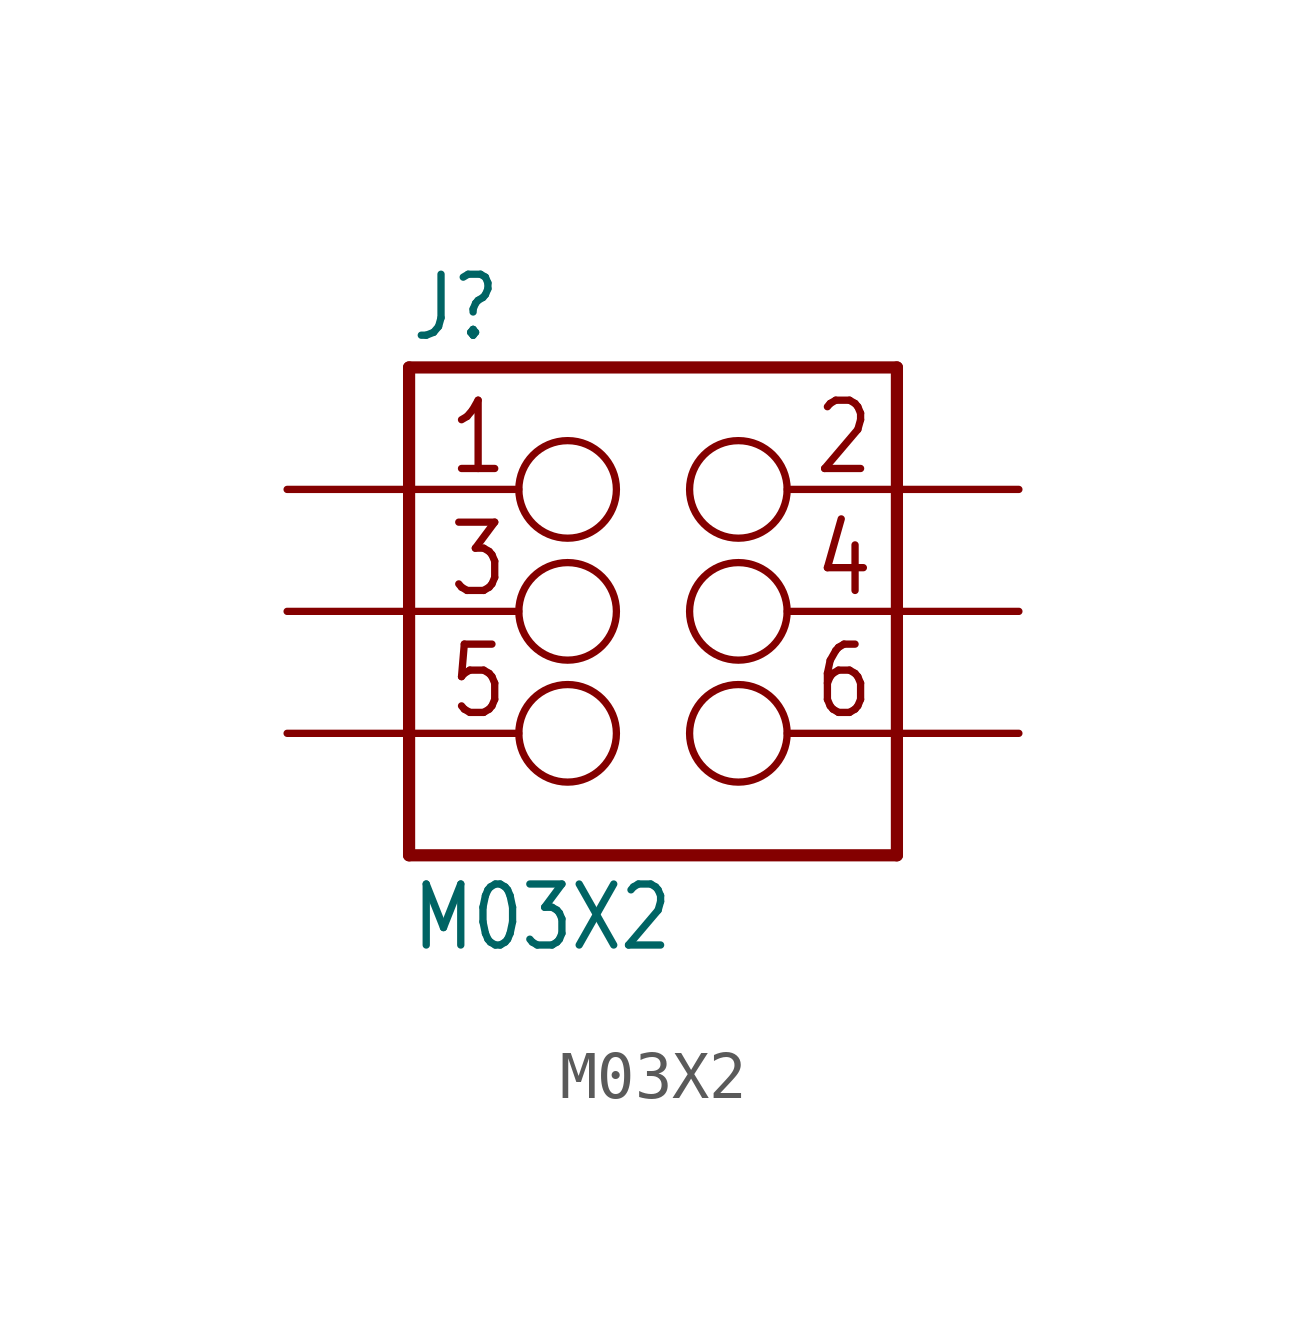
<source format=kicad_sym>
(kicad_symbol_lib
  (version 20220914)
  (generator kicad_symbol_editor)
  (symbol "M03X2"
    (property "Reference" "J"
      (at -5.08 5.588 0)
      (effects (font (size 1.27 1.079)) (justify left bottom)))
    (property "Value" "M03X2"
      (at -5.08 -7.112 0)
      (effects (font (size 1.27 1.079)) (justify left bottom)))
    (property "ki_locked" ""
      (at 0 0 0)
      (effects (font (size 1.27 1.27))))
    (symbol "M03X2_1_0"
      (circle (center -1.778 -2.54) (radius 1.016) (stroke (width 0.152) (type default)) (fill (type none)))
      (circle (center -1.778 0) (radius 1.016) (stroke (width 0.152) (type default)) (fill (type none)))
      (circle (center -1.778 2.54) (radius 1.016) (stroke (width 0.152) (type default)) (fill (type none)))
      (polyline (pts (xy -5.08 -5.08) (xy -5.08 -2.54)) (stroke (width 0.254) (type default)) (fill (type none)))
      (polyline (pts (xy -5.08 -2.54) (xy -5.08 0)) (stroke (width 0.254) (type default)) (fill (type none)))
      (polyline (pts (xy -5.08 -2.54) (xy -2.794 -2.54)) (stroke (width 0.152) (type default)) (fill (type none)))
      (polyline (pts (xy -5.08 0) (xy -5.08 2.54)) (stroke (width 0.254) (type default)) (fill (type none)))
      (polyline (pts (xy -5.08 0) (xy -2.794 0)) (stroke (width 0.152) (type default)) (fill (type none)))
      (polyline (pts (xy -5.08 2.54) (xy -5.08 5.08)) (stroke (width 0.254) (type default)) (fill (type none)))
      (polyline (pts (xy -5.08 2.54) (xy -2.794 2.54)) (stroke (width 0.152) (type default)) (fill (type none)))
      (polyline (pts (xy -5.08 5.08) (xy 5.08 5.08)) (stroke (width 0.254) (type default)) (fill (type none)))
      (polyline (pts (xy 5.08 -5.08) (xy -5.08 -5.08)) (stroke (width 0.254) (type default)) (fill (type none)))
      (polyline (pts (xy 5.08 -2.54) (xy 2.794 -2.54)) (stroke (width 0.152) (type default)) (fill (type none)))
      (polyline (pts (xy 5.08 -2.54) (xy 5.08 -5.08)) (stroke (width 0.254) (type default)) (fill (type none)))
      (polyline (pts (xy 5.08 0) (xy 2.794 0)) (stroke (width 0.152) (type default)) (fill (type none)))
      (polyline (pts (xy 5.08 0) (xy 5.08 -2.54)) (stroke (width 0.254) (type default)) (fill (type none)))
      (polyline (pts (xy 5.08 2.54) (xy 2.794 2.54)) (stroke (width 0.152) (type default)) (fill (type none)))
      (polyline (pts (xy 5.08 2.54) (xy 5.08 0)) (stroke (width 0.254) (type default)) (fill (type none)))
      (polyline (pts (xy 5.08 5.08) (xy 5.08 2.54)) (stroke (width 0.254) (type default)) (fill (type none)))
      (circle (center 1.778 -2.54) (radius 1.016) (stroke (width 0.152) (type default)) (fill (type none)))
      (circle (center 1.778 0) (radius 1.016) (stroke (width 0.152) (type default)) (fill (type none)))
      (circle (center 1.778 2.54) (radius 1.016) (stroke (width 0.152) (type default)) (fill (type none)))
      (text "1" (at -4.318 2.794 0) (effects (font (size 1.422 1.209)) (justify left bottom)))
      (text "2" (at 3.302 2.794 0) (effects (font (size 1.422 1.209)) (justify left bottom)))
      (text "3" (at -4.318 0.254 0) (effects (font (size 1.422 1.209)) (justify left bottom)))
      (text "4" (at 3.302 0.254 0) (effects (font (size 1.422 1.209)) (justify left bottom)))
      (text "5" (at -4.318 -2.286 0) (effects (font (size 1.422 1.209)) (justify left bottom)))
      (text "6" (at 3.302 -2.286 0) (effects (font (size 1.422 1.209)) (justify left bottom)))
      (pin bidirectional line (at -7.62 2.54 0) (length 2.54) (name "1" (effects (font (size 0 0)))) (number "1" (effects (font (size 0 0)))))
      (pin bidirectional line (at 7.62 2.54 180) (length 2.54) (name "2" (effects (font (size 0 0)))) (number "2" (effects (font (size 0 0)))))
      (pin bidirectional line (at -7.62 0 0) (length 2.54) (name "3" (effects (font (size 0 0)))) (number "3" (effects (font (size 0 0)))))
      (pin bidirectional line (at 7.62 0 180) (length 2.54) (name "4" (effects (font (size 0 0)))) (number "4" (effects (font (size 0 0)))))
      (pin bidirectional line (at -7.62 -2.54 0) (length 2.54) (name "5" (effects (font (size 0 0)))) (number "5" (effects (font (size 0 0)))))
      (pin bidirectional line (at 7.62 -2.54 180) (length 2.54) (name "6" (effects (font (size 0 0)))) (number "6" (effects (font (size 0 0))))))))
</source>
